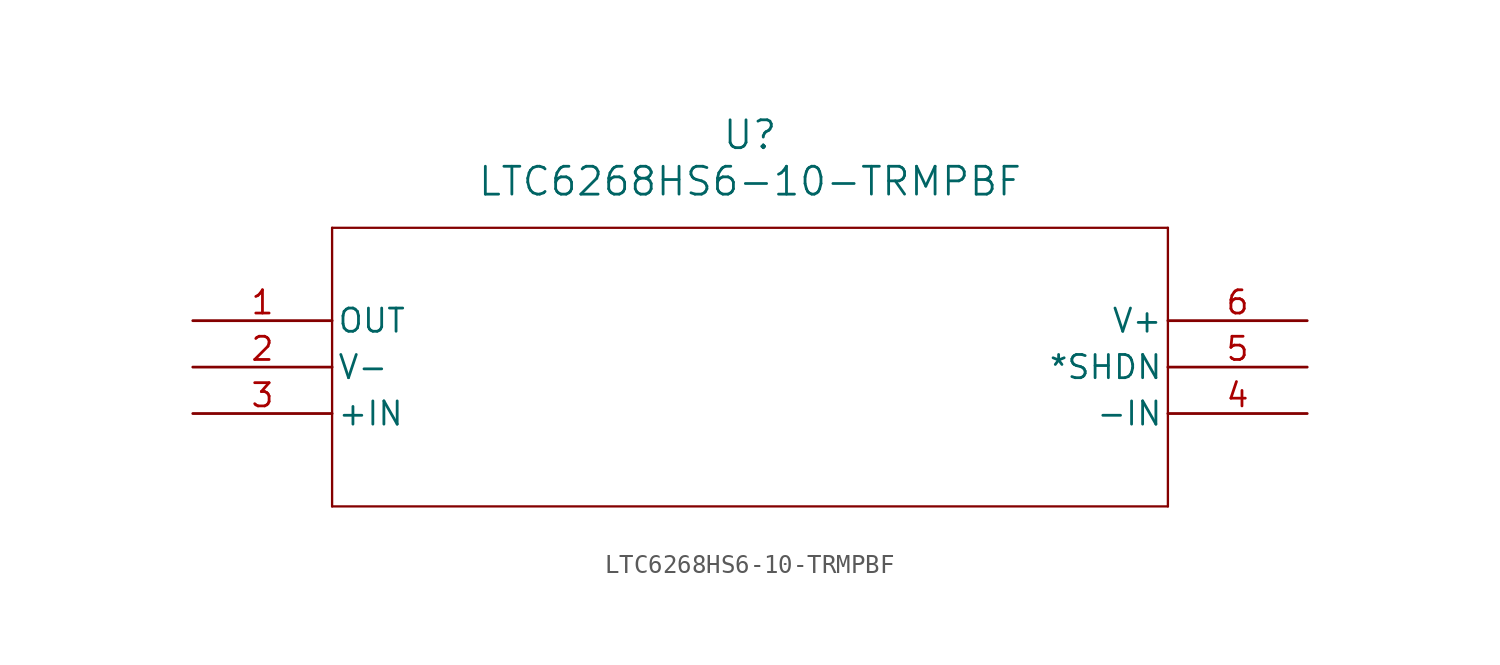
<source format=kicad_sym>
(kicad_symbol_lib
  (version 20211014)
  (generator kicad_symbol_editor)
  (symbol "LTC6268HS6-10-TRMPBF"
    (pin_names
      (offset 0.254))
    (property "Reference" "U"
      (at 30.48 10.16 0)
      (effects (font (size 1.524 1.524))))
    (property "Value" "LTC6268HS6-10-TRMPBF"
      (at 30.48 7.62 0)
      (effects (font (size 1.524 1.524))))
    (symbol "LTC6268HS6-10-TRMPBF_0_1"
      (polyline (pts (xy 7.62 5.08) (xy 7.62 -10.16)) (stroke (width 0.127) (type default) (color 0 0 0 0)) (fill (type none)))
      (polyline (pts (xy 7.62 -10.16) (xy 53.34 -10.16)) (stroke (width 0.127) (type default) (color 0 0 0 0)) (fill (type none)))
      (polyline (pts (xy 53.34 -10.16) (xy 53.34 5.08)) (stroke (width 0.127) (type default) (color 0 0 0 0)) (fill (type none)))
      (polyline (pts (xy 53.34 5.08) (xy 7.62 5.08)) (stroke (width 0.127) (type default) (color 0 0 0 0)) (fill (type none)))
      (pin output line (at 0 0 0) (length 7.62) (name "OUT" (effects (font (size 1.27 1.27)))) (number "1" (effects (font (size 1.27 1.27)))))
      (pin power_in line (at 0 -2.54 0) (length 7.62) (name "V-" (effects (font (size 1.27 1.27)))) (number "2" (effects (font (size 1.27 1.27)))))
      (pin input line (at 0 -5.08 0) (length 7.62) (name "+IN" (effects (font (size 1.27 1.27)))) (number "3" (effects (font (size 1.27 1.27)))))
      (pin input line (at 60.96 -5.08 180) (length 7.62) (name "-IN" (effects (font (size 1.27 1.27)))) (number "4" (effects (font (size 1.27 1.27)))))
      (pin unspecified line (at 60.96 -2.54 180) (length 7.62) (name "*SHDN" (effects (font (size 1.27 1.27)))) (number "5" (effects (font (size 1.27 1.27)))))
      (pin power_in line (at 60.96 0 180) (length 7.62) (name "V+" (effects (font (size 1.27 1.27)))) (number "6" (effects (font (size 1.27 1.27))))))))
</source>
